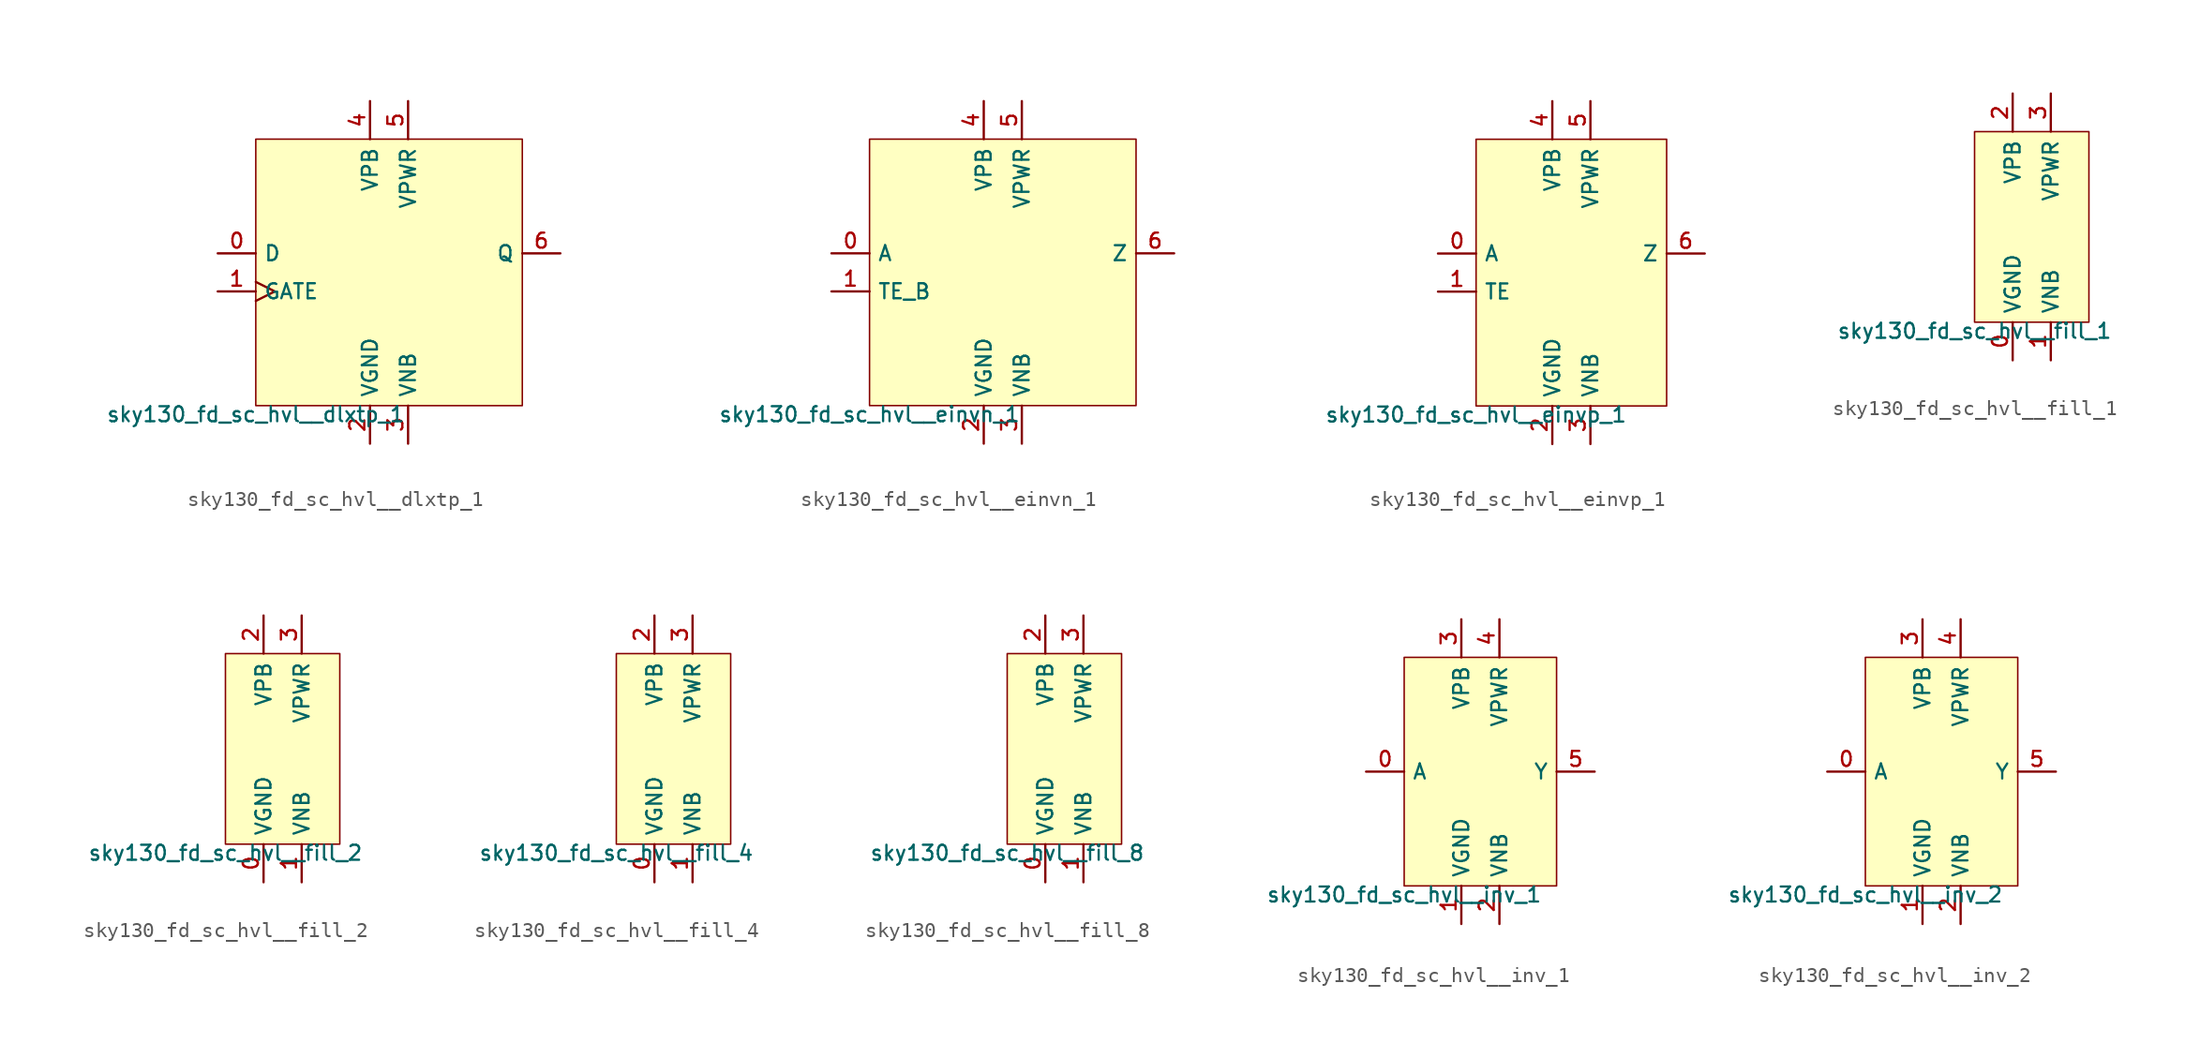
<source format=kicad_sym>
(kicad_symbol_lib
  (version 20211014)
  (generator lef2kicad_sym)
  (symbol "sky130_fd_sc_hvl__dlxtp_1"
    (property "Reference" "X"
      (at 0 0 0)
      (effects (font (size 1 1)) hide))
    (property "Value" "sky130_fd_sc_hvl__dlxtp_1"
      (at -8.89 -8.89 0)
      (effects (font (size 1 1)) (justify top)))
    (rectangle
      (start -8.89 -8.89)
      (end 8.89 8.89)
      (stroke (width 0.1) (type solid) (color 0 0 0 0))
      (fill (type background)))
    (pin input line
      (at -11.43 1.27 0)
      (length 2.54)
      (name "D" (effects (font (size 1 1)) hide))
      (number "0" (effects (font (size 1 1)) hide)))
    (pin input clock
      (at -11.43 -1.27 0)
      (length 2.54)
      (name "GATE" (effects (font (size 1 1)) hide))
      (number "1" (effects (font (size 1 1)) hide)))
    (pin power_in line
      (at -1.27 -11.43 90)
      (length 2.54)
      (name "VGND" (effects (font (size 1 1)) hide))
      (number "2" (effects (font (size 1 1)) hide)))
    (pin power_in line
      (at 1.27 -11.43 90)
      (length 2.54)
      (name "VNB" (effects (font (size 1 1)) hide))
      (number "3" (effects (font (size 1 1)) hide)))
    (pin power_in line
      (at -1.27 11.43 270)
      (length 2.54)
      (name "VPB" (effects (font (size 1 1)) hide))
      (number "4" (effects (font (size 1 1)) hide)))
    (pin power_in line
      (at 1.27 11.43 270)
      (length 2.54)
      (name "VPWR" (effects (font (size 1 1)) hide))
      (number "5" (effects (font (size 1 1)) hide)))
    (pin output line
      (at 11.43 1.27 180)
      (length 2.54)
      (name "Q" (effects (font (size 1 1)) hide))
      (number "6" (effects (font (size 1 1)) hide))))
  (symbol "sky130_fd_sc_hvl__einvn_1"
    (property "Reference" "X"
      (at 0 0 0)
      (effects (font (size 1 1)) hide))
    (property "Value" "sky130_fd_sc_hvl__einvn_1"
      (at -8.89 -8.89 0)
      (effects (font (size 1 1)) (justify top)))
    (rectangle
      (start -8.89 -8.89)
      (end 8.89 8.89)
      (stroke (width 0.1) (type solid) (color 0 0 0 0))
      (fill (type background)))
    (pin input line
      (at -11.43 1.27 0)
      (length 2.54)
      (name "A" (effects (font (size 1 1)) hide))
      (number "0" (effects (font (size 1 1)) hide)))
    (pin input line
      (at -11.43 -1.27 0)
      (length 2.54)
      (name "TE_B" (effects (font (size 1 1)) hide))
      (number "1" (effects (font (size 1 1)) hide)))
    (pin power_in line
      (at -1.27 -11.43 90)
      (length 2.54)
      (name "VGND" (effects (font (size 1 1)) hide))
      (number "2" (effects (font (size 1 1)) hide)))
    (pin power_in line
      (at 1.27 -11.43 90)
      (length 2.54)
      (name "VNB" (effects (font (size 1 1)) hide))
      (number "3" (effects (font (size 1 1)) hide)))
    (pin power_in line
      (at -1.27 11.43 270)
      (length 2.54)
      (name "VPB" (effects (font (size 1 1)) hide))
      (number "4" (effects (font (size 1 1)) hide)))
    (pin power_in line
      (at 1.27 11.43 270)
      (length 2.54)
      (name "VPWR" (effects (font (size 1 1)) hide))
      (number "5" (effects (font (size 1 1)) hide)))
    (pin output line
      (at 11.43 1.27 180)
      (length 2.54)
      (name "Z" (effects (font (size 1 1)) hide))
      (number "6" (effects (font (size 1 1)) hide))))
  (symbol "sky130_fd_sc_hvl__einvp_1"
    (property "Reference" "X"
      (at 0 0 0)
      (effects (font (size 1 1)) hide))
    (property "Value" "sky130_fd_sc_hvl__einvp_1"
      (at -6.35 -8.89 0)
      (effects (font (size 1 1)) (justify top)))
    (rectangle
      (start -6.35 -8.89)
      (end 6.35 8.89)
      (stroke (width 0.1) (type solid) (color 0 0 0 0))
      (fill (type background)))
    (pin input line
      (at -8.89 1.27 0)
      (length 2.54)
      (name "A" (effects (font (size 1 1)) hide))
      (number "0" (effects (font (size 1 1)) hide)))
    (pin input line
      (at -8.89 -1.27 0)
      (length 2.54)
      (name "TE" (effects (font (size 1 1)) hide))
      (number "1" (effects (font (size 1 1)) hide)))
    (pin power_in line
      (at -1.27 -11.43 90)
      (length 2.54)
      (name "VGND" (effects (font (size 1 1)) hide))
      (number "2" (effects (font (size 1 1)) hide)))
    (pin power_in line
      (at 1.27 -11.43 90)
      (length 2.54)
      (name "VNB" (effects (font (size 1 1)) hide))
      (number "3" (effects (font (size 1 1)) hide)))
    (pin power_in line
      (at -1.27 11.43 270)
      (length 2.54)
      (name "VPB" (effects (font (size 1 1)) hide))
      (number "4" (effects (font (size 1 1)) hide)))
    (pin power_in line
      (at 1.27 11.43 270)
      (length 2.54)
      (name "VPWR" (effects (font (size 1 1)) hide))
      (number "5" (effects (font (size 1 1)) hide)))
    (pin output line
      (at 8.89 1.27 180)
      (length 2.54)
      (name "Z" (effects (font (size 1 1)) hide))
      (number "6" (effects (font (size 1 1)) hide))))
  (symbol "sky130_fd_sc_hvl__fill_1"
    (property "Reference" "X"
      (at 0 0 0)
      (effects (font (size 1 1)) hide))
    (property "Value" "sky130_fd_sc_hvl__fill_1"
      (at -3.81 -6.35 0)
      (effects (font (size 1 1)) (justify top)))
    (rectangle
      (start -3.81 -6.35)
      (end 3.81 6.35)
      (stroke (width 0.1) (type solid) (color 0 0 0 0))
      (fill (type background)))
    (pin power_in line
      (at -1.27 -8.89 90)
      (length 2.54)
      (name "VGND" (effects (font (size 1 1)) hide))
      (number "0" (effects (font (size 1 1)) hide)))
    (pin power_in line
      (at 1.27 -8.89 90)
      (length 2.54)
      (name "VNB" (effects (font (size 1 1)) hide))
      (number "1" (effects (font (size 1 1)) hide)))
    (pin power_in line
      (at -1.27 8.89 270)
      (length 2.54)
      (name "VPB" (effects (font (size 1 1)) hide))
      (number "2" (effects (font (size 1 1)) hide)))
    (pin power_in line
      (at 1.27 8.89 270)
      (length 2.54)
      (name "VPWR" (effects (font (size 1 1)) hide))
      (number "3" (effects (font (size 1 1)) hide))))
  (symbol "sky130_fd_sc_hvl__fill_2"
    (property "Reference" "X"
      (at 0 0 0)
      (effects (font (size 1 1)) hide))
    (property "Value" "sky130_fd_sc_hvl__fill_2"
      (at -3.81 -6.35 0)
      (effects (font (size 1 1)) (justify top)))
    (rectangle
      (start -3.81 -6.35)
      (end 3.81 6.35)
      (stroke (width 0.1) (type solid) (color 0 0 0 0))
      (fill (type background)))
    (pin power_in line
      (at -1.27 -8.89 90)
      (length 2.54)
      (name "VGND" (effects (font (size 1 1)) hide))
      (number "0" (effects (font (size 1 1)) hide)))
    (pin power_in line
      (at 1.27 -8.89 90)
      (length 2.54)
      (name "VNB" (effects (font (size 1 1)) hide))
      (number "1" (effects (font (size 1 1)) hide)))
    (pin power_in line
      (at -1.27 8.89 270)
      (length 2.54)
      (name "VPB" (effects (font (size 1 1)) hide))
      (number "2" (effects (font (size 1 1)) hide)))
    (pin power_in line
      (at 1.27 8.89 270)
      (length 2.54)
      (name "VPWR" (effects (font (size 1 1)) hide))
      (number "3" (effects (font (size 1 1)) hide))))
  (symbol "sky130_fd_sc_hvl__fill_4"
    (property "Reference" "X"
      (at 0 0 0)
      (effects (font (size 1 1)) hide))
    (property "Value" "sky130_fd_sc_hvl__fill_4"
      (at -3.81 -6.35 0)
      (effects (font (size 1 1)) (justify top)))
    (rectangle
      (start -3.81 -6.35)
      (end 3.81 6.35)
      (stroke (width 0.1) (type solid) (color 0 0 0 0))
      (fill (type background)))
    (pin power_in line
      (at -1.27 -8.89 90)
      (length 2.54)
      (name "VGND" (effects (font (size 1 1)) hide))
      (number "0" (effects (font (size 1 1)) hide)))
    (pin power_in line
      (at 1.27 -8.89 90)
      (length 2.54)
      (name "VNB" (effects (font (size 1 1)) hide))
      (number "1" (effects (font (size 1 1)) hide)))
    (pin power_in line
      (at -1.27 8.89 270)
      (length 2.54)
      (name "VPB" (effects (font (size 1 1)) hide))
      (number "2" (effects (font (size 1 1)) hide)))
    (pin power_in line
      (at 1.27 8.89 270)
      (length 2.54)
      (name "VPWR" (effects (font (size 1 1)) hide))
      (number "3" (effects (font (size 1 1)) hide))))
  (symbol "sky130_fd_sc_hvl__fill_8"
    (property "Reference" "X"
      (at 0 0 0)
      (effects (font (size 1 1)) hide))
    (property "Value" "sky130_fd_sc_hvl__fill_8"
      (at -3.81 -6.35 0)
      (effects (font (size 1 1)) (justify top)))
    (rectangle
      (start -3.81 -6.35)
      (end 3.81 6.35)
      (stroke (width 0.1) (type solid) (color 0 0 0 0))
      (fill (type background)))
    (pin power_in line
      (at -1.27 -8.89 90)
      (length 2.54)
      (name "VGND" (effects (font (size 1 1)) hide))
      (number "0" (effects (font (size 1 1)) hide)))
    (pin power_in line
      (at 1.27 -8.89 90)
      (length 2.54)
      (name "VNB" (effects (font (size 1 1)) hide))
      (number "1" (effects (font (size 1 1)) hide)))
    (pin power_in line
      (at -1.27 8.89 270)
      (length 2.54)
      (name "VPB" (effects (font (size 1 1)) hide))
      (number "2" (effects (font (size 1 1)) hide)))
    (pin power_in line
      (at 1.27 8.89 270)
      (length 2.54)
      (name "VPWR" (effects (font (size 1 1)) hide))
      (number "3" (effects (font (size 1 1)) hide))))
  (symbol "sky130_fd_sc_hvl__inv_1"
    (property "Reference" "X"
      (at 0 0 0)
      (effects (font (size 1 1)) hide))
    (property "Value" "sky130_fd_sc_hvl__inv_1"
      (at -5.08 -7.62 0)
      (effects (font (size 1 1)) (justify top)))
    (rectangle
      (start -5.08 -7.62)
      (end 5.08 7.62)
      (stroke (width 0.1) (type solid) (color 0 0 0 0))
      (fill (type background)))
    (pin input line
      (at -7.62 0.0 0)
      (length 2.54)
      (name "A" (effects (font (size 1 1)) hide))
      (number "0" (effects (font (size 1 1)) hide)))
    (pin power_in line
      (at -1.27 -10.16 90)
      (length 2.54)
      (name "VGND" (effects (font (size 1 1)) hide))
      (number "1" (effects (font (size 1 1)) hide)))
    (pin power_in line
      (at 1.27 -10.16 90)
      (length 2.54)
      (name "VNB" (effects (font (size 1 1)) hide))
      (number "2" (effects (font (size 1 1)) hide)))
    (pin power_in line
      (at -1.27 10.16 270)
      (length 2.54)
      (name "VPB" (effects (font (size 1 1)) hide))
      (number "3" (effects (font (size 1 1)) hide)))
    (pin power_in line
      (at 1.27 10.16 270)
      (length 2.54)
      (name "VPWR" (effects (font (size 1 1)) hide))
      (number "4" (effects (font (size 1 1)) hide)))
    (pin output line
      (at 7.62 0.0 180)
      (length 2.54)
      (name "Y" (effects (font (size 1 1)) hide))
      (number "5" (effects (font (size 1 1)) hide))))
  (symbol "sky130_fd_sc_hvl__inv_2"
    (property "Reference" "X"
      (at 0 0 0)
      (effects (font (size 1 1)) hide))
    (property "Value" "sky130_fd_sc_hvl__inv_2"
      (at -5.08 -7.62 0)
      (effects (font (size 1 1)) (justify top)))
    (rectangle
      (start -5.08 -7.62)
      (end 5.08 7.62)
      (stroke (width 0.1) (type solid) (color 0 0 0 0))
      (fill (type background)))
    (pin input line
      (at -7.62 0.0 0)
      (length 2.54)
      (name "A" (effects (font (size 1 1)) hide))
      (number "0" (effects (font (size 1 1)) hide)))
    (pin power_in line
      (at -1.27 -10.16 90)
      (length 2.54)
      (name "VGND" (effects (font (size 1 1)) hide))
      (number "1" (effects (font (size 1 1)) hide)))
    (pin power_in line
      (at 1.27 -10.16 90)
      (length 2.54)
      (name "VNB" (effects (font (size 1 1)) hide))
      (number "2" (effects (font (size 1 1)) hide)))
    (pin power_in line
      (at -1.27 10.16 270)
      (length 2.54)
      (name "VPB" (effects (font (size 1 1)) hide))
      (number "3" (effects (font (size 1 1)) hide)))
    (pin power_in line
      (at 1.27 10.16 270)
      (length 2.54)
      (name "VPWR" (effects (font (size 1 1)) hide))
      (number "4" (effects (font (size 1 1)) hide)))
    (pin output line
      (at 7.62 0.0 180)
      (length 2.54)
      (name "Y" (effects (font (size 1 1)) hide))
      (number "5" (effects (font (size 1 1)) hide)))))
</source>
